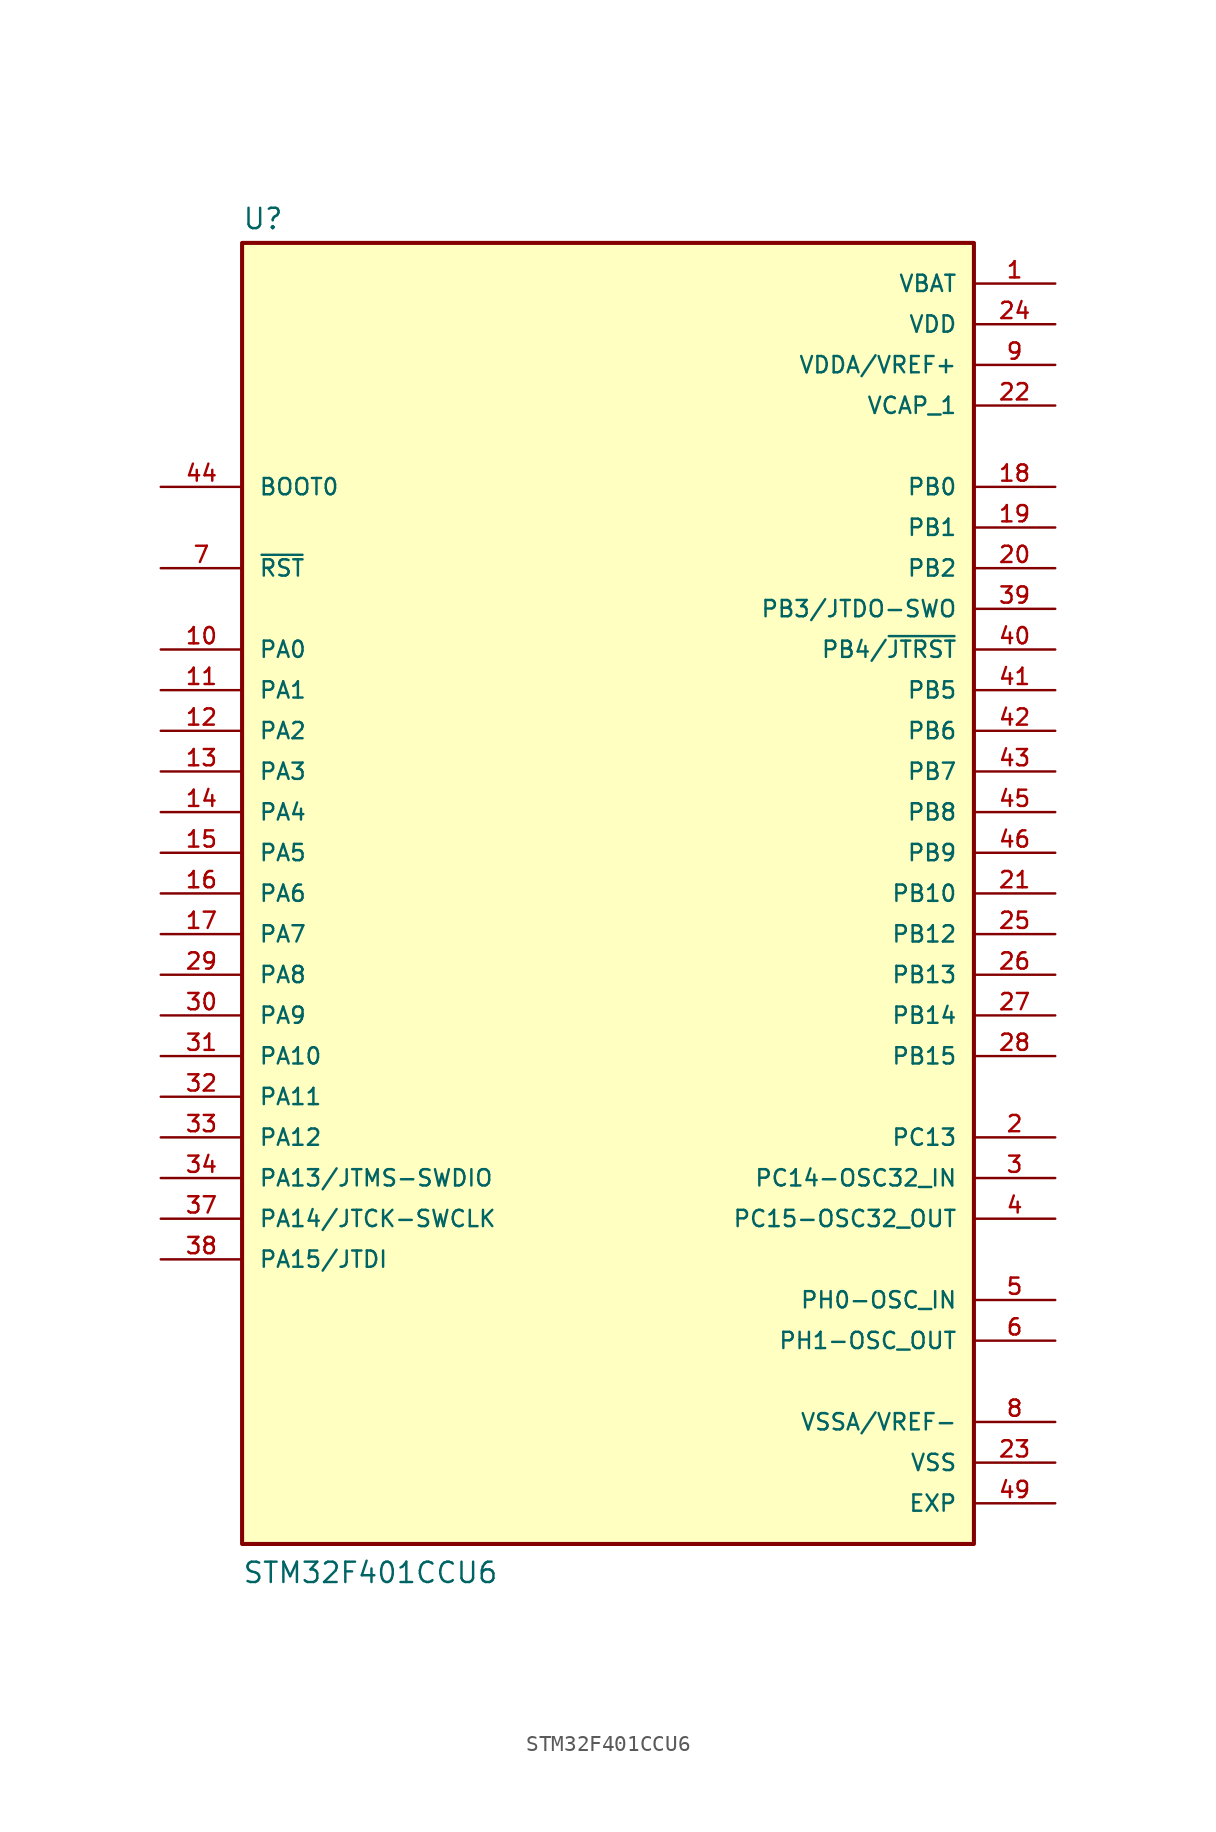
<source format=kicad_sym>
(kicad_symbol_lib
  (version 20211014)
  (generator kicad_symbol_editor)
  (symbol "STM32F401CCU6"
    (pin_names
      (offset 1.016))
    (property "Reference" "U"
      (at -22.86 41.402 0)
      (effects (font (size 1.27 1.27)) (justify bottom left)))
    (property "Value" "STM32F401CCU6"
      (at -22.86 -43.18 0)
      (effects (font (size 1.27 1.27)) (justify bottom left)))
    (symbol "STM32F401CCU6_0_0"
      (rectangle (start -22.86 -40.64) (end 22.86 40.64) (stroke (width 0.254)) (fill (type background)))
      (pin power_in line (at 27.94 38.1 180.0) (length 5.08) (name "VBAT" (effects (font (size 1.016 1.016)))) (number "1" (effects (font (size 1.016 1.016)))))
      (pin bidirectional line (at 27.94 -15.24 180.0) (length 5.08) (name "PC13" (effects (font (size 1.016 1.016)))) (number "2" (effects (font (size 1.016 1.016)))))
      (pin bidirectional line (at 27.94 -17.78 180.0) (length 5.08) (name "PC14-OSC32_IN" (effects (font (size 1.016 1.016)))) (number "3" (effects (font (size 1.016 1.016)))))
      (pin bidirectional line (at 27.94 -20.32 180.0) (length 5.08) (name "PC15-OSC32_OUT" (effects (font (size 1.016 1.016)))) (number "4" (effects (font (size 1.016 1.016)))))
      (pin bidirectional line (at 27.94 -25.4 180.0) (length 5.08) (name "PH0-OSC_IN" (effects (font (size 1.016 1.016)))) (number "5" (effects (font (size 1.016 1.016)))))
      (pin bidirectional line (at 27.94 -27.94 180.0) (length 5.08) (name "PH1-OSC_OUT" (effects (font (size 1.016 1.016)))) (number "6" (effects (font (size 1.016 1.016)))))
      (pin bidirectional line (at -27.94 20.32 0) (length 5.08) (name "~{RST}" (effects (font (size 1.016 1.016)))) (number "7" (effects (font (size 1.016 1.016)))))
      (pin power_in line (at 27.94 -33.02 180.0) (length 5.08) (name "VSSA/VREF-" (effects (font (size 1.016 1.016)))) (number "8" (effects (font (size 1.016 1.016)))))
      (pin power_in line (at 27.94 33.02 180.0) (length 5.08) (name "VDDA/VREF+" (effects (font (size 1.016 1.016)))) (number "9" (effects (font (size 1.016 1.016)))))
      (pin power_in line (at 27.94 30.48 180.0) (length 5.08) (name "VCAP_1" (effects (font (size 1.016 1.016)))) (number "22" (effects (font (size 1.016 1.016)))))
      (pin power_in line (at 27.94 -35.56 180.0) (length 5.08) (name "VSS" (effects (font (size 1.016 1.016)))) (number "23" (effects (font (size 1.016 1.016)))))
      (pin power_in line (at 27.94 -35.56 180.0) (length 5.08) hide (name "VSS" (effects (font (size 1.016 1.016)))) (number "35" (effects (font (size 1.016 1.016)))))
      (pin power_in line (at 27.94 -35.56 180.0) (length 5.08) hide (name "VSS" (effects (font (size 1.016 1.016)))) (number "47" (effects (font (size 1.016 1.016)))))
      (pin power_in line (at 27.94 35.56 180.0) (length 5.08) (name "VDD" (effects (font (size 1.016 1.016)))) (number "24" (effects (font (size 1.016 1.016)))))
      (pin power_in line (at 27.94 35.56 180.0) (length 5.08) hide (name "VDD" (effects (font (size 1.016 1.016)))) (number "36" (effects (font (size 1.016 1.016)))))
      (pin power_in line (at 27.94 35.56 180.0) (length 5.08) hide (name "VDD" (effects (font (size 1.016 1.016)))) (number "48" (effects (font (size 1.016 1.016)))))
      (pin input line (at -27.94 25.4 0) (length 5.08) (name "BOOT0" (effects (font (size 1.016 1.016)))) (number "44" (effects (font (size 1.016 1.016)))))
      (pin bidirectional line (at -27.94 15.24 0) (length 5.08) (name "PA0" (effects (font (size 1.016 1.016)))) (number "10" (effects (font (size 1.016 1.016)))))
      (pin bidirectional line (at -27.94 12.7 0) (length 5.08) (name "PA1" (effects (font (size 1.016 1.016)))) (number "11" (effects (font (size 1.016 1.016)))))
      (pin bidirectional line (at -27.94 10.16 0) (length 5.08) (name "PA2" (effects (font (size 1.016 1.016)))) (number "12" (effects (font (size 1.016 1.016)))))
      (pin bidirectional line (at -27.94 7.62 0) (length 5.08) (name "PA3" (effects (font (size 1.016 1.016)))) (number "13" (effects (font (size 1.016 1.016)))))
      (pin bidirectional line (at -27.94 5.08 0) (length 5.08) (name "PA4" (effects (font (size 1.016 1.016)))) (number "14" (effects (font (size 1.016 1.016)))))
      (pin bidirectional line (at -27.94 2.54 0) (length 5.08) (name "PA5" (effects (font (size 1.016 1.016)))) (number "15" (effects (font (size 1.016 1.016)))))
      (pin bidirectional line (at -27.94 0.0 0) (length 5.08) (name "PA6" (effects (font (size 1.016 1.016)))) (number "16" (effects (font (size 1.016 1.016)))))
      (pin bidirectional line (at -27.94 -2.54 0) (length 5.08) (name "PA7" (effects (font (size 1.016 1.016)))) (number "17" (effects (font (size 1.016 1.016)))))
      (pin bidirectional line (at -27.94 -5.08 0) (length 5.08) (name "PA8" (effects (font (size 1.016 1.016)))) (number "29" (effects (font (size 1.016 1.016)))))
      (pin bidirectional line (at -27.94 -7.62 0) (length 5.08) (name "PA9" (effects (font (size 1.016 1.016)))) (number "30" (effects (font (size 1.016 1.016)))))
      (pin bidirectional line (at -27.94 -10.16 0) (length 5.08) (name "PA10" (effects (font (size 1.016 1.016)))) (number "31" (effects (font (size 1.016 1.016)))))
      (pin bidirectional line (at -27.94 -12.7 0) (length 5.08) (name "PA11" (effects (font (size 1.016 1.016)))) (number "32" (effects (font (size 1.016 1.016)))))
      (pin bidirectional line (at -27.94 -15.24 0) (length 5.08) (name "PA12" (effects (font (size 1.016 1.016)))) (number "33" (effects (font (size 1.016 1.016)))))
      (pin bidirectional line (at -27.94 -17.78 0) (length 5.08) (name "PA13/JTMS-SWDIO" (effects (font (size 1.016 1.016)))) (number "34" (effects (font (size 1.016 1.016)))))
      (pin bidirectional line (at -27.94 -20.32 0) (length 5.08) (name "PA14/JTCK-SWCLK" (effects (font (size 1.016 1.016)))) (number "37" (effects (font (size 1.016 1.016)))))
      (pin bidirectional line (at -27.94 -22.86 0) (length 5.08) (name "PA15/JTDI" (effects (font (size 1.016 1.016)))) (number "38" (effects (font (size 1.016 1.016)))))
      (pin bidirectional line (at 27.94 25.4 180.0) (length 5.08) (name "PB0" (effects (font (size 1.016 1.016)))) (number "18" (effects (font (size 1.016 1.016)))))
      (pin bidirectional line (at 27.94 22.86 180.0) (length 5.08) (name "PB1" (effects (font (size 1.016 1.016)))) (number "19" (effects (font (size 1.016 1.016)))))
      (pin bidirectional line (at 27.94 20.32 180.0) (length 5.08) (name "PB2" (effects (font (size 1.016 1.016)))) (number "20" (effects (font (size 1.016 1.016)))))
      (pin bidirectional line (at 27.94 17.78 180.0) (length 5.08) (name "PB3/JTDO-SWO" (effects (font (size 1.016 1.016)))) (number "39" (effects (font (size 1.016 1.016)))))
      (pin bidirectional line (at 27.94 15.24 180.0) (length 5.08) (name "PB4/~{JTRST}" (effects (font (size 1.016 1.016)))) (number "40" (effects (font (size 1.016 1.016)))))
      (pin bidirectional line (at 27.94 12.7 180.0) (length 5.08) (name "PB5" (effects (font (size 1.016 1.016)))) (number "41" (effects (font (size 1.016 1.016)))))
      (pin bidirectional line (at 27.94 10.16 180.0) (length 5.08) (name "PB6" (effects (font (size 1.016 1.016)))) (number "42" (effects (font (size 1.016 1.016)))))
      (pin bidirectional line (at 27.94 7.62 180.0) (length 5.08) (name "PB7" (effects (font (size 1.016 1.016)))) (number "43" (effects (font (size 1.016 1.016)))))
      (pin bidirectional line (at 27.94 5.08 180.0) (length 5.08) (name "PB8" (effects (font (size 1.016 1.016)))) (number "45" (effects (font (size 1.016 1.016)))))
      (pin bidirectional line (at 27.94 2.54 180.0) (length 5.08) (name "PB9" (effects (font (size 1.016 1.016)))) (number "46" (effects (font (size 1.016 1.016)))))
      (pin bidirectional line (at 27.94 0.0 180.0) (length 5.08) (name "PB10" (effects (font (size 1.016 1.016)))) (number "21" (effects (font (size 1.016 1.016)))))
      (pin bidirectional line (at 27.94 -2.54 180.0) (length 5.08) (name "PB12" (effects (font (size 1.016 1.016)))) (number "25" (effects (font (size 1.016 1.016)))))
      (pin bidirectional line (at 27.94 -5.08 180.0) (length 5.08) (name "PB13" (effects (font (size 1.016 1.016)))) (number "26" (effects (font (size 1.016 1.016)))))
      (pin bidirectional line (at 27.94 -7.62 180.0) (length 5.08) (name "PB14" (effects (font (size 1.016 1.016)))) (number "27" (effects (font (size 1.016 1.016)))))
      (pin bidirectional line (at 27.94 -10.16 180.0) (length 5.08) (name "PB15" (effects (font (size 1.016 1.016)))) (number "28" (effects (font (size 1.016 1.016)))))
      (pin power_in line (at 27.94 -38.1 180.0) (length 5.08) (name "EXP" (effects (font (size 1.016 1.016)))) (number "49" (effects (font (size 1.016 1.016))))))))
</source>
